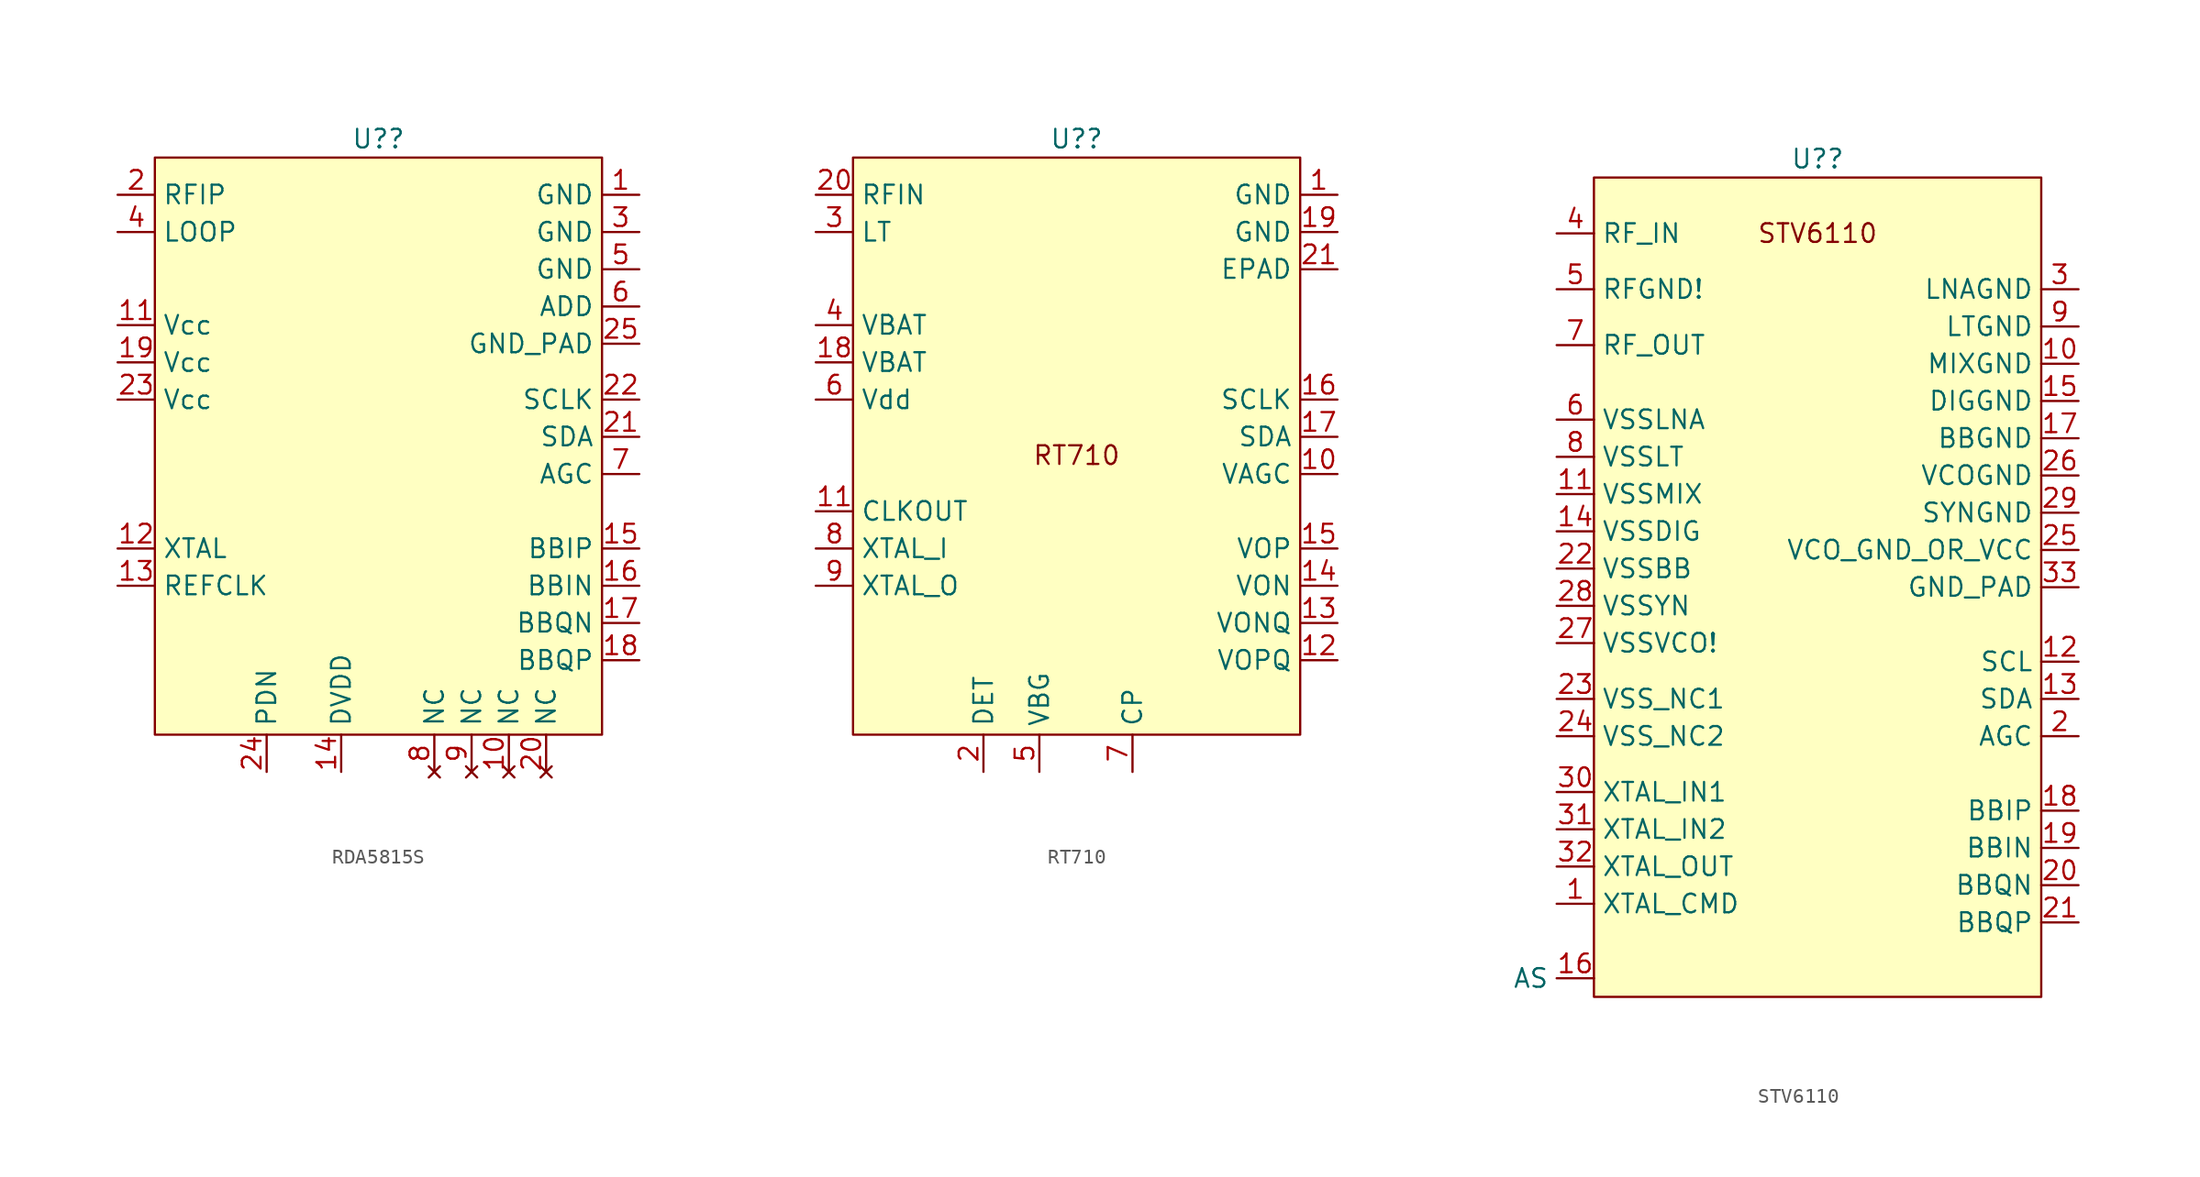
<source format=kicad_sym>
(kicad_symbol_lib
  (version 20220914)
  (generator kicad_symbol_editor)
  (symbol "RDA5815S"
    (property "Reference" "U?"
      (at 0 21.59 0)
      (effects (font (size 1.27 1.27))))
    (property "Value" ""
      (at 0 -3.81 0)
      (effects (font (size 1.27 1.27))))
    (symbol "RDA5815S_1_1"
      (rectangle (start -15.24 20.32) (end 15.24 -19.05) (stroke (width 0) (type default)) (fill (type background)))
      (pin power_in line (at 17.78 17.78 180) (length 2.54) (name "GND" (effects (font (size 1.27 1.27)))) (number "1" (effects (font (size 1.27 1.27)))))
      (pin no_connect line (at 8.89 -21.59 90) (length 2.54) (name "NC" (effects (font (size 1.27 1.27)))) (number "10" (effects (font (size 1.27 1.27)))))
      (pin power_in line (at -17.78 8.89 0) (length 2.54) (name "Vcc" (effects (font (size 1.27 1.27)))) (number "11" (effects (font (size 1.27 1.27)))))
      (pin bidirectional line (at -17.78 -6.35 0) (length 2.54) (name "XTAL" (effects (font (size 1.27 1.27)))) (number "12" (effects (font (size 1.27 1.27)))))
      (pin bidirectional line (at -17.78 -8.89 0) (length 2.54) (name "REFCLK" (effects (font (size 1.27 1.27)))) (number "13" (effects (font (size 1.27 1.27)))))
      (pin output line (at -2.54 -21.59 90) (length 2.54) (name "DVDD" (effects (font (size 1.27 1.27)))) (number "14" (effects (font (size 1.27 1.27)))))
      (pin output line (at 17.78 -6.35 180) (length 2.54) (name "BBIP" (effects (font (size 1.27 1.27)))) (number "15" (effects (font (size 1.27 1.27)))))
      (pin output line (at 17.78 -8.89 180) (length 2.54) (name "BBIN" (effects (font (size 1.27 1.27)))) (number "16" (effects (font (size 1.27 1.27)))))
      (pin output line (at 17.78 -11.43 180) (length 2.54) (name "BBQN" (effects (font (size 1.27 1.27)))) (number "17" (effects (font (size 1.27 1.27)))))
      (pin output line (at 17.78 -13.97 180) (length 2.54) (name "BBQP" (effects (font (size 1.27 1.27)))) (number "18" (effects (font (size 1.27 1.27)))))
      (pin power_in line (at -17.78 6.35 0) (length 2.54) (name "Vcc" (effects (font (size 1.27 1.27)))) (number "19" (effects (font (size 1.27 1.27)))))
      (pin input line (at -17.78 17.78 0) (length 2.54) (name "RFIP" (effects (font (size 1.27 1.27)))) (number "2" (effects (font (size 1.27 1.27)))))
      (pin no_connect line (at 11.43 -21.59 90) (length 2.54) (name "NC" (effects (font (size 1.27 1.27)))) (number "20" (effects (font (size 1.27 1.27)))))
      (pin bidirectional line (at 17.78 1.27 180) (length 2.54) (name "SDA" (effects (font (size 1.27 1.27)))) (number "21" (effects (font (size 1.27 1.27)))))
      (pin input line (at 17.78 3.81 180) (length 2.54) (name "SCLK" (effects (font (size 1.27 1.27)))) (number "22" (effects (font (size 1.27 1.27)))))
      (pin power_in line (at -17.78 3.81 0) (length 2.54) (name "Vcc" (effects (font (size 1.27 1.27)))) (number "23" (effects (font (size 1.27 1.27)))))
      (pin input line (at -7.62 -21.59 90) (length 2.54) (name "PDN" (effects (font (size 1.27 1.27)))) (number "24" (effects (font (size 1.27 1.27)))))
      (pin power_in line (at 17.78 7.62 180) (length 2.54) (name "GND_PAD" (effects (font (size 1.27 1.27)))) (number "25" (effects (font (size 1.27 1.27)))))
      (pin power_in line (at 17.78 15.24 180) (length 2.54) (name "GND" (effects (font (size 1.27 1.27)))) (number "3" (effects (font (size 1.27 1.27)))))
      (pin output line (at -17.78 15.24 0) (length 2.54) (name "LOOP" (effects (font (size 1.27 1.27)))) (number "4" (effects (font (size 1.27 1.27)))))
      (pin power_in line (at 17.78 12.7 180) (length 2.54) (name "GND" (effects (font (size 1.27 1.27)))) (number "5" (effects (font (size 1.27 1.27)))))
      (pin power_in line (at 17.78 10.16 180) (length 2.54) (name "ADD" (effects (font (size 1.27 1.27)))) (number "6" (effects (font (size 1.27 1.27)))))
      (pin input line (at 17.78 -1.27 180) (length 2.54) (name "AGC" (effects (font (size 1.27 1.27)))) (number "7" (effects (font (size 1.27 1.27)))))
      (pin no_connect line (at 3.81 -21.59 90) (length 2.54) (name "NC" (effects (font (size 1.27 1.27)))) (number "8" (effects (font (size 1.27 1.27)))))
      (pin no_connect line (at 6.35 -21.59 90) (length 2.54) (name "NC" (effects (font (size 1.27 1.27)))) (number "9" (effects (font (size 1.27 1.27)))))))
  (symbol "RT710"
    (property "Reference" "U?"
      (at 0 21.59 0)
      (effects (font (size 1.27 1.27))))
    (property "Value" ""
      (at 0 -3.81 0)
      (effects (font (size 1.27 1.27))))
    (symbol "RT710_1_1"
      (rectangle (start -15.24 20.32) (end 15.24 -19.05) (stroke (width 0) (type default)) (fill (type background)))
      (text "RT710" (at 0 0 0) (effects (font (size 1.27 1.27))))
      (pin power_in line (at 17.78 17.78 180) (length 2.54) (name "GND" (effects (font (size 1.27 1.27)))) (number "1" (effects (font (size 1.27 1.27)))))
      (pin input line (at 17.78 -1.27 180) (length 2.54) (name "VAGC" (effects (font (size 1.27 1.27)))) (number "10" (effects (font (size 1.27 1.27)))))
      (pin output line (at -17.78 -3.81 0) (length 2.54) (name "CLKOUT" (effects (font (size 1.27 1.27)))) (number "11" (effects (font (size 1.27 1.27)))))
      (pin output line (at 17.78 -13.97 180) (length 2.54) (name "VOPQ" (effects (font (size 1.27 1.27)))) (number "12" (effects (font (size 1.27 1.27)))))
      (pin output line (at 17.78 -11.43 180) (length 2.54) (name "VONQ" (effects (font (size 1.27 1.27)))) (number "13" (effects (font (size 1.27 1.27)))))
      (pin output line (at 17.78 -8.89 180) (length 2.54) (name "VON" (effects (font (size 1.27 1.27)))) (number "14" (effects (font (size 1.27 1.27)))))
      (pin output line (at 17.78 -6.35 180) (length 2.54) (name "VOP" (effects (font (size 1.27 1.27)))) (number "15" (effects (font (size 1.27 1.27)))))
      (pin input line (at 17.78 3.81 180) (length 2.54) (name "SCLK" (effects (font (size 1.27 1.27)))) (number "16" (effects (font (size 1.27 1.27)))))
      (pin bidirectional line (at 17.78 1.27 180) (length 2.54) (name "SDA" (effects (font (size 1.27 1.27)))) (number "17" (effects (font (size 1.27 1.27)))))
      (pin power_in line (at -17.78 6.35 0) (length 2.54) (name "VBAT" (effects (font (size 1.27 1.27)))) (number "18" (effects (font (size 1.27 1.27)))))
      (pin power_in line (at 17.78 15.24 180) (length 2.54) (name "GND" (effects (font (size 1.27 1.27)))) (number "19" (effects (font (size 1.27 1.27)))))
      (pin output line (at -6.35 -21.59 90) (length 2.54) (name "DET" (effects (font (size 1.27 1.27)))) (number "2" (effects (font (size 1.27 1.27)))))
      (pin input line (at -17.78 17.78 0) (length 2.54) (name "RFIN" (effects (font (size 1.27 1.27)))) (number "20" (effects (font (size 1.27 1.27)))))
      (pin power_in line (at 17.78 12.7 180) (length 2.54) (name "EPAD" (effects (font (size 1.27 1.27)))) (number "21" (effects (font (size 1.27 1.27)))))
      (pin output line (at -17.78 15.24 0) (length 2.54) (name "LT" (effects (font (size 1.27 1.27)))) (number "3" (effects (font (size 1.27 1.27)))))
      (pin power_in line (at -17.78 8.89 0) (length 2.54) (name "VBAT" (effects (font (size 1.27 1.27)))) (number "4" (effects (font (size 1.27 1.27)))))
      (pin output line (at -2.54 -21.59 90) (length 2.54) (name "VBG" (effects (font (size 1.27 1.27)))) (number "5" (effects (font (size 1.27 1.27)))))
      (pin power_in line (at -17.78 3.81 0) (length 2.54) (name "Vdd" (effects (font (size 1.27 1.27)))) (number "6" (effects (font (size 1.27 1.27)))))
      (pin output line (at 3.81 -21.59 90) (length 2.54) (name "CP" (effects (font (size 1.27 1.27)))) (number "7" (effects (font (size 1.27 1.27)))))
      (pin bidirectional line (at -17.78 -6.35 0) (length 2.54) (name "XTAL_I" (effects (font (size 1.27 1.27)))) (number "8" (effects (font (size 1.27 1.27)))))
      (pin bidirectional line (at -17.78 -8.89 0) (length 2.54) (name "XTAL_O" (effects (font (size 1.27 1.27)))) (number "9" (effects (font (size 1.27 1.27)))))))
  (symbol "STV6110"
    (property "Reference" "U?"
      (at 0 27.94 0)
      (effects (font (size 1.27 1.27))))
    (property "Value" ""
      (at 0 -13.97 0)
      (effects (font (size 1.27 1.27))))
    (symbol "STV6110_1_1"
      (rectangle (start -15.24 26.67) (end 15.24 -29.21) (stroke (width 0) (type default)) (fill (type background)))
      (text "STV6110" (at 0 22.86 0) (effects (font (size 1.27 1.27))))
      (pin power_in line (at -17.78 -22.86 0) (length 2.54) (name "XTAL_CMD" (effects (font (size 1.27 1.27)))) (number "1" (effects (font (size 1.27 1.27)))))
      (pin power_in line (at 17.78 13.97 180) (length 2.54) (name "MIXGND" (effects (font (size 1.27 1.27)))) (number "10" (effects (font (size 1.27 1.27)))))
      (pin power_in line (at -17.78 5.08 0) (length 2.54) (name "VSSMIX" (effects (font (size 1.27 1.27)))) (number "11" (effects (font (size 1.27 1.27)))))
      (pin input line (at 17.78 -6.35 180) (length 2.54) (name "SCL" (effects (font (size 1.27 1.27)))) (number "12" (effects (font (size 1.27 1.27)))))
      (pin bidirectional line (at 17.78 -8.89 180) (length 2.54) (name "SDA" (effects (font (size 1.27 1.27)))) (number "13" (effects (font (size 1.27 1.27)))))
      (pin power_in line (at -17.78 2.54 0) (length 2.54) (name "VSSDIG" (effects (font (size 1.27 1.27)))) (number "14" (effects (font (size 1.27 1.27)))))
      (pin power_in line (at 17.78 11.43 180) (length 2.54) (name "DIGGND" (effects (font (size 1.27 1.27)))) (number "15" (effects (font (size 1.27 1.27)))))
      (pin output line (at -15.24 -27.94 180) (length 2.54) (name "AS" (effects (font (size 1.27 1.27)))) (number "16" (effects (font (size 1.27 1.27)))))
      (pin power_in line (at 17.78 8.89 180) (length 2.54) (name "BBGND" (effects (font (size 1.27 1.27)))) (number "17" (effects (font (size 1.27 1.27)))))
      (pin output line (at 17.78 -16.51 180) (length 2.54) (name "BBIP" (effects (font (size 1.27 1.27)))) (number "18" (effects (font (size 1.27 1.27)))))
      (pin output line (at 17.78 -19.05 180) (length 2.54) (name "BBIN" (effects (font (size 1.27 1.27)))) (number "19" (effects (font (size 1.27 1.27)))))
      (pin input line (at 17.78 -11.43 180) (length 2.54) (name "AGC" (effects (font (size 1.27 1.27)))) (number "2" (effects (font (size 1.27 1.27)))))
      (pin output line (at 17.78 -21.59 180) (length 2.54) (name "BBQN" (effects (font (size 1.27 1.27)))) (number "20" (effects (font (size 1.27 1.27)))))
      (pin output line (at 17.78 -24.13 180) (length 2.54) (name "BBQP" (effects (font (size 1.27 1.27)))) (number "21" (effects (font (size 1.27 1.27)))))
      (pin power_in line (at -17.78 0 0) (length 2.54) (name "VSSBB" (effects (font (size 1.27 1.27)))) (number "22" (effects (font (size 1.27 1.27)))))
      (pin power_in line (at -17.78 -8.89 0) (length 2.54) (name "VSS_NC1" (effects (font (size 1.27 1.27)))) (number "23" (effects (font (size 1.27 1.27)))))
      (pin power_in line (at -17.78 -11.43 0) (length 2.54) (name "VSS_NC2" (effects (font (size 1.27 1.27)))) (number "24" (effects (font (size 1.27 1.27)))))
      (pin power_in line (at 17.78 1.27 180) (length 2.54) (name "VCO_GND_OR_VCC" (effects (font (size 1.27 1.27)))) (number "25" (effects (font (size 1.27 1.27)))))
      (pin power_in line (at 17.78 6.35 180) (length 2.54) (name "VCOGND" (effects (font (size 1.27 1.27)))) (number "26" (effects (font (size 1.27 1.27)))))
      (pin power_in line (at -17.78 -5.08 0) (length 2.54) (name "VSSVCO!" (effects (font (size 1.27 1.27)))) (number "27" (effects (font (size 1.27 1.27)))))
      (pin power_in line (at -17.78 -2.54 0) (length 2.54) (name "VSSYN" (effects (font (size 1.27 1.27)))) (number "28" (effects (font (size 1.27 1.27)))))
      (pin power_in line (at 17.78 3.81 180) (length 2.54) (name "SYNGND" (effects (font (size 1.27 1.27)))) (number "29" (effects (font (size 1.27 1.27)))))
      (pin power_in line (at 17.78 19.05 180) (length 2.54) (name "LNAGND" (effects (font (size 1.27 1.27)))) (number "3" (effects (font (size 1.27 1.27)))))
      (pin bidirectional line (at -17.78 -15.24 0) (length 2.54) (name "XTAL_IN1" (effects (font (size 1.27 1.27)))) (number "30" (effects (font (size 1.27 1.27)))))
      (pin bidirectional line (at -17.78 -17.78 0) (length 2.54) (name "XTAL_IN2" (effects (font (size 1.27 1.27)))) (number "31" (effects (font (size 1.27 1.27)))))
      (pin output line (at -17.78 -20.32 0) (length 2.54) (name "XTAL_OUT" (effects (font (size 1.27 1.27)))) (number "32" (effects (font (size 1.27 1.27)))))
      (pin power_in line (at 17.78 -1.27 180) (length 2.54) (name "GND_PAD" (effects (font (size 1.27 1.27)))) (number "33" (effects (font (size 1.27 1.27)))))
      (pin input line (at -17.78 22.86 0) (length 2.54) (name "RF_IN" (effects (font (size 1.27 1.27)))) (number "4" (effects (font (size 1.27 1.27)))))
      (pin power_in line (at -17.78 19.05 0) (length 2.54) (name "RFGND!" (effects (font (size 1.27 1.27)))) (number "5" (effects (font (size 1.27 1.27)))))
      (pin power_in line (at -17.78 10.16 0) (length 2.54) (name "VSSLNA" (effects (font (size 1.27 1.27)))) (number "6" (effects (font (size 1.27 1.27)))))
      (pin output line (at -17.78 15.24 0) (length 2.54) (name "RF_OUT" (effects (font (size 1.27 1.27)))) (number "7" (effects (font (size 1.27 1.27)))))
      (pin power_in line (at -17.78 7.62 0) (length 2.54) (name "VSSLT" (effects (font (size 1.27 1.27)))) (number "8" (effects (font (size 1.27 1.27)))))
      (pin power_in line (at 17.78 16.51 180) (length 2.54) (name "LTGND" (effects (font (size 1.27 1.27)))) (number "9" (effects (font (size 1.27 1.27))))))))
</source>
